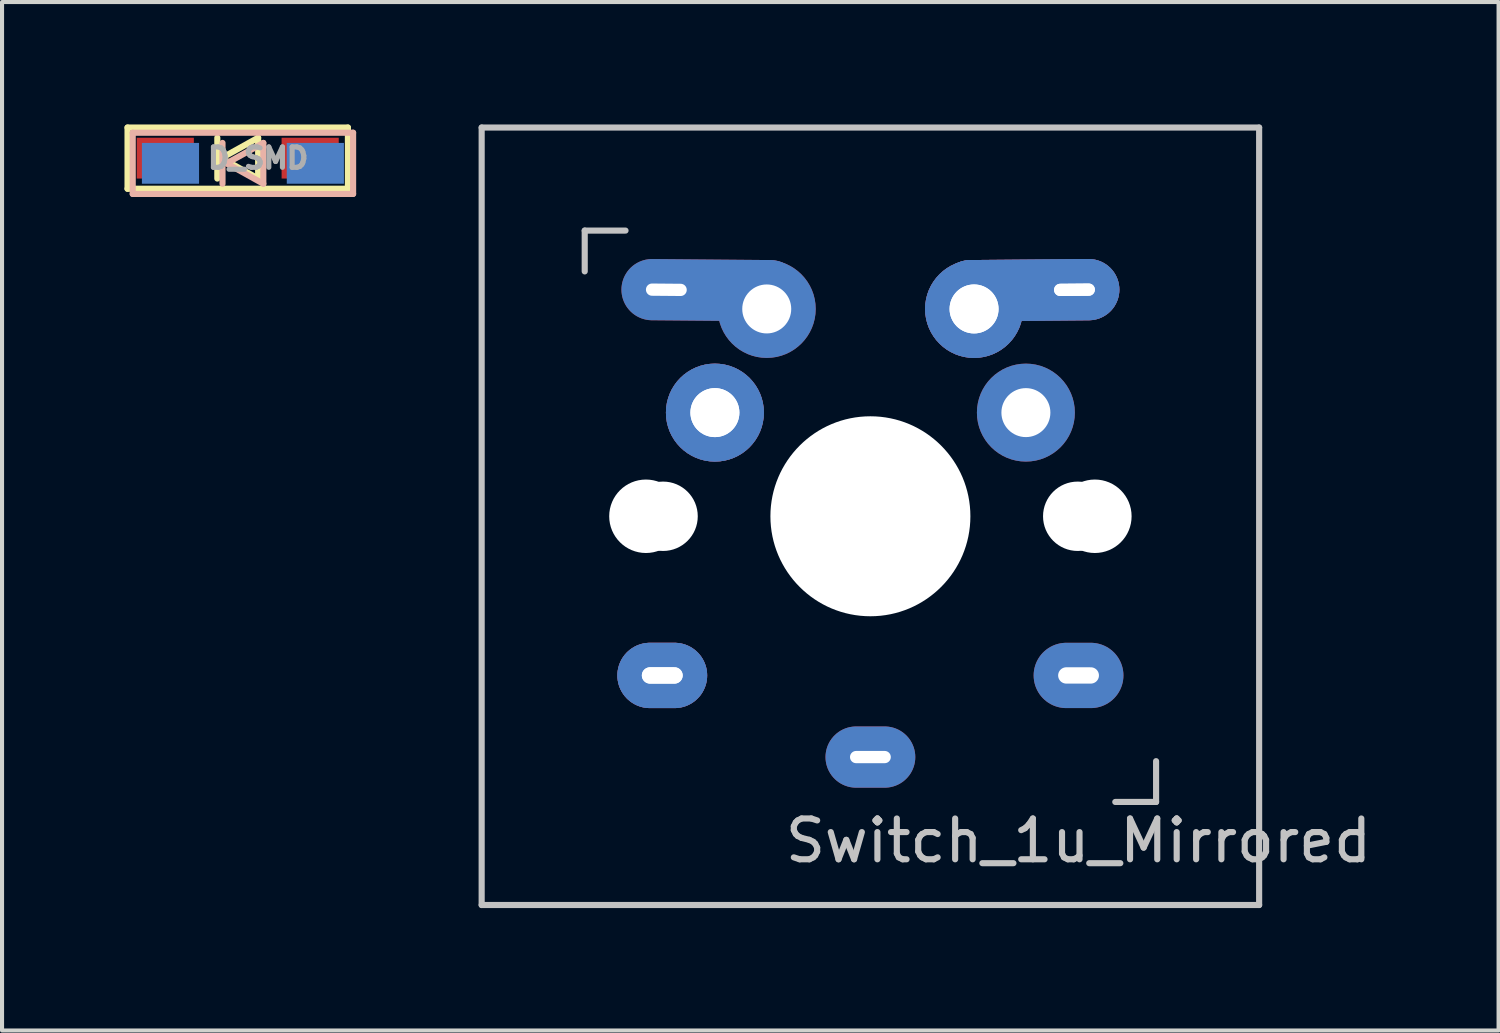
<source format=kicad_pcb>
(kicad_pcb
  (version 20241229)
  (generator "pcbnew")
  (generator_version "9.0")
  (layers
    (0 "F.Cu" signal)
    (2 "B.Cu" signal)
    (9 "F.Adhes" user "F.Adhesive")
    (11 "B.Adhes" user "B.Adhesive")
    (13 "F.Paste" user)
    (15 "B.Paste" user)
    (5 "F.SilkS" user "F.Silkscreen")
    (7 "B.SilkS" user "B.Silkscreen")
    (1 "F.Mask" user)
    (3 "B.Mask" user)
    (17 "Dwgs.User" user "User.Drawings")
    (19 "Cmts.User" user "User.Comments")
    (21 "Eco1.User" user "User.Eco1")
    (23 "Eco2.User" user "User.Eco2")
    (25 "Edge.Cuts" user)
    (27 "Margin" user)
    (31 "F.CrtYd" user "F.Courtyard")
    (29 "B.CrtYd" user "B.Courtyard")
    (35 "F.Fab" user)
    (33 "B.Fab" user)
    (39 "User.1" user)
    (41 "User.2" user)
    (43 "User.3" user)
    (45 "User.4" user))
  (footprint "Switch_1u_Mirrored"
    (layer "F.Cu")
    (at 18.277 9.6)
    (property "Reference" "Switch_1u_Mirrored" (at 5.1 7.95 180) (layer "Dwgs.User") (effects (font (size 1 1) (thickness 0.15))))
    (attr through_hole)
    (fp_line (start -9.525 -9.525) (end 9.525 -9.525) (stroke (width 0.15) (type solid)) (layer "Dwgs.User"))
    (fp_line (start -9.525 9.525) (end -9.525 -9.525) (stroke (width 0.15) (type solid)) (layer "Dwgs.User"))
    (fp_line (start -7 -7) (end -6 -7) (stroke (width 0.15) (type solid)) (layer "Dwgs.User"))
    (fp_line (start -7 -6) (end -7 -7) (stroke (width 0.15) (type solid)) (layer "Dwgs.User"))
    (fp_line (start 6 7) (end 7 7) (stroke (width 0.15) (type solid)) (layer "Dwgs.User"))
    (fp_line (start 7 7) (end 7 6) (stroke (width 0.15) (type solid)) (layer "Dwgs.User"))
    (fp_line (start 9.525 -9.525) (end 9.525 9.525) (stroke (width 0.15) (type solid)) (layer "Dwgs.User"))
    (fp_line (start 9.525 9.525) (end -9.525 9.525) (stroke (width 0.15) (type solid)) (layer "Dwgs.User"))
    (pad "" np_thru_hole circle (at -5.5 0 90) (size 1.8 1.8) (drill 1.8) (layers "*.Cu" "*.Mask"))
    (pad "" np_thru_hole circle (at -5.08 0) (size 1.7 1.7) (drill 1.7) (layers "*.Cu" "*.Mask"))
    (pad "" np_thru_hole circle (at 0 0 90) (size 4.9 4.9) (drill 4.9) (layers "*.Cu" "*.Mask"))
    (pad "" np_thru_hole circle (at 5.08 0) (size 1.7 1.7) (drill 1.7) (layers "*.Cu" "*.Mask"))
    (pad "" np_thru_hole circle (at 5.5 0 90) (size 1.8 1.8) (drill 1.8) (layers "*.Cu" "*.Mask"))
    (pad "1" thru_hole oval (at -5.1 3.9) (size 2.2 1.6) (drill oval 1 0.4) (layers "*.Cu" "B.Mask"))
    (pad "1" thru_hole oval (at -5.1 3.9) (size 2.2 1.6) (drill oval 1 0.4) (layers "*.Cu" "B.Mask"))
    (pad "1" thru_hole oval (at -5 -5.55 359.5) (size 4.4 1.5) (drill oval 1 0.3 (offset 1.1 0)) (layers "*.Cu" "F.Mask"))
    (pad "1" thru_hole circle (at -3.81 -2.54) (size 2.4 2.4) (drill 1.2) (layers "*.Cu" "B.Mask"))
    (pad "1" thru_hole circle (at -3.81 -2.54) (size 2.4 2.4) (drill 1.2) (layers "*.Cu" "B.Mask"))
    (pad "1" thru_hole circle (at -2.54 -5.08) (size 2.4 2.4) (drill 1.2) (layers "*.Cu" "F.Mask"))
    (pad "1" thru_hole oval (at 5.1 3.9) (size 2.2 1.6) (drill oval 1 0.4) (layers "*.Cu" "F.Mask"))
    (pad "2" thru_hole oval (at 0 5.9) (size 2.2 1.5) (drill oval 1 0.3) (layers "*.Cu" "*.Mask"))
    (pad "2" thru_hole circle (at 2.54 -5.08) (size 2.4 2.4) (drill 1.2) (layers "*.Cu" "B.Mask"))
    (pad "2" thru_hole circle (at 2.54 -5.08) (size 2.4 2.4) (drill 1.2) (layers "*.Cu" "B.Mask"))
    (pad "2" thru_hole circle (at 3.81 -2.54) (size 2.4 2.4) (drill 1.2) (layers "*.Cu" "F.Mask"))
    (pad "2" thru_hole oval (at 5 -5.55 0.5) (size 4.4 1.5) (drill oval 1 0.3 (offset -1.1 0)) (layers "*.Cu" "B.Mask"))
    (pad "2" thru_hole oval (at 5 -5.55 0.5) (size 4.4 1.5) (drill oval 1 0.3 (offset -1.1 0)) (layers "*.Cu" "B.Mask")))
  (footprint "D_SMD"
    (layer "F.Cu")
    (at 2.775 0.825)
    (property "Reference" "D_SMD" (at 0.5 0 0) (layer "F.Fab") (effects (font (size 0.5 0.5) (thickness 0.125))))
    (attr smd)
    (fp_line (start -2.7 -0.75) (end -2.7 0.75) (stroke (width 0.15) (type solid)) (layer "F.SilkS"))
    (fp_line (start -2.7 0.75) (end 2.7 0.75) (stroke (width 0.15) (type solid)) (layer "F.SilkS"))
    (fp_line (start -0.5 -0.5) (end -0.5 0.5) (stroke (width 0.15) (type solid)) (layer "F.SilkS"))
    (fp_line (start -0.4 0) (end 0.5 -0.5) (stroke (width 0.15) (type solid)) (layer "F.SilkS"))
    (fp_line (start 0.5 -0.5) (end 0.5 0.5) (stroke (width 0.15) (type solid)) (layer "F.SilkS"))
    (fp_line (start 0.5 0.5) (end -0.4 0) (stroke (width 0.15) (type solid)) (layer "F.SilkS"))
    (fp_line (start 2.7 -0.75) (end -2.7 -0.75) (stroke (width 0.15) (type solid)) (layer "F.SilkS"))
    (fp_line (start 2.7 -0.75) (end 2.7 0.75) (stroke (width 0.15) (type solid)) (layer "F.SilkS"))
    (fp_line (start -2.573 -0.623) (end 2.827 -0.623) (stroke (width 0.15) (type solid)) (layer "B.SilkS"))
    (fp_line (start -2.573 0.877) (end -2.573 -0.623) (stroke (width 0.15) (type solid)) (layer "B.SilkS"))
    (fp_line (start -0.373 0.627) (end -0.373 -0.373) (stroke (width 0.15) (type solid)) (layer "B.SilkS"))
    (fp_line (start -0.273 0.127) (end 0.627 0.627) (stroke (width 0.15) (type solid)) (layer "B.SilkS"))
    (fp_line (start 0.627 -0.373) (end -0.273 0.127) (stroke (width 0.15) (type solid)) (layer "B.SilkS"))
    (fp_line (start 0.627 0.627) (end 0.627 -0.373) (stroke (width 0.15) (type solid)) (layer "B.SilkS"))
    (fp_line (start 2.827 0.877) (end -2.573 0.877) (stroke (width 0.15) (type solid)) (layer "B.SilkS"))
    (fp_line (start 2.827 0.877) (end 2.827 -0.623) (stroke (width 0.15) (type solid)) (layer "B.SilkS"))
    (pad "1" smd rect (at -1.775 0) (size 1.4 1) (layers "F.Cu" "F.Mask" "F.Paste"))
    (pad "1" smd rect (at -1.648 0.127) (size 1.4 1) (layers "B.Cu" "B.Mask" "B.Paste"))
    (pad "2" smd rect (at 1.775 0) (size 1.4 1) (layers "F.Cu" "F.Mask" "F.Paste"))
    (pad "2" smd rect (at 1.902 0.127) (size 1.4 1) (layers "B.Cu" "B.Mask" "B.Paste")))
  (gr_rect
    (start -3 -3)
    (end 33.669 22.2)
    (stroke (width 0.1) (type default))
    (fill no)
    (layer "Edge.Cuts")))
</source>
